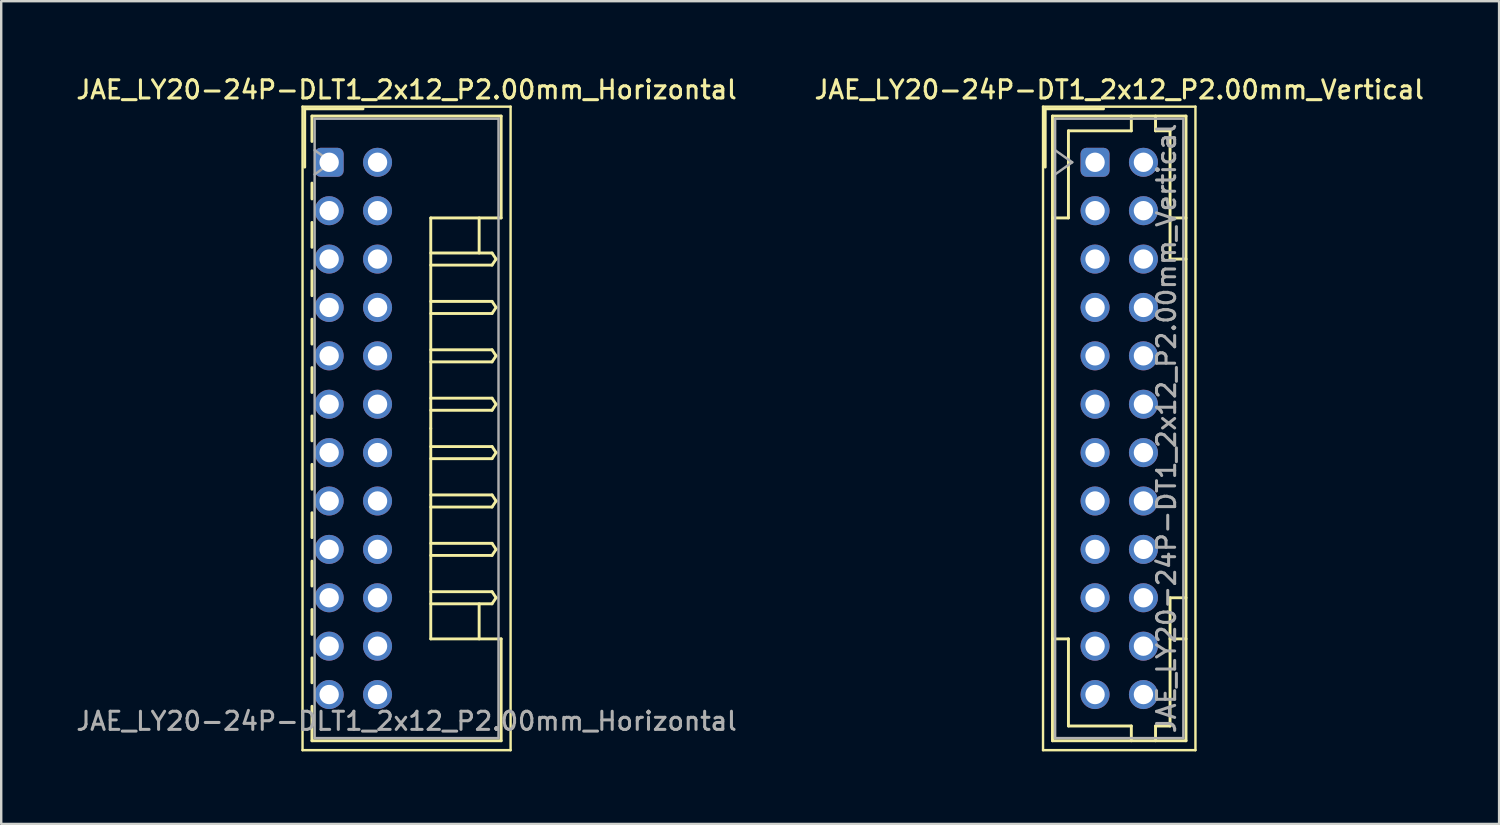
<source format=kicad_pcb>
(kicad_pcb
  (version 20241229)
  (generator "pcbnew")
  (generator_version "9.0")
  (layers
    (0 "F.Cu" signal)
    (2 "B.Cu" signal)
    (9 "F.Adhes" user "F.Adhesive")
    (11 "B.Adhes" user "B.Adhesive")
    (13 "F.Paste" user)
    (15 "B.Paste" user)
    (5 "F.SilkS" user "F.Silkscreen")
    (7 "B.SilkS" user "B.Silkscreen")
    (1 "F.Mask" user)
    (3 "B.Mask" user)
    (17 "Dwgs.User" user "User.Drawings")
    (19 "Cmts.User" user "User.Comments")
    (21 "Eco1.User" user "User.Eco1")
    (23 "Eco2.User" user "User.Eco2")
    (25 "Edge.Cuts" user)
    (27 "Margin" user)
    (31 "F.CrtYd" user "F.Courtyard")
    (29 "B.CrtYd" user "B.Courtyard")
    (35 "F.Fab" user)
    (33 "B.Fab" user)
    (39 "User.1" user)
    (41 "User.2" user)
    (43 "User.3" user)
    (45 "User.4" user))
  (footprint "JAE_LY20-24P-DLT1_2x12_P2.00mm_Horizontal"
    (layer "F.Cu")
    (at 10.555 3.658)
    (property "Reference" "JAE_LY20-24P-DLT1_2x12_P2.00mm_Horizontal" (at 3.2 -3 0) (layer "F.SilkS") (effects (font (size 0.75 0.75) (thickness 0.125))))
    (attr through_hole)
    (fp_line (start -1.1 -2.3) (end -1.1 24.3) (stroke (width 0.1) (type solid)) (layer "F.SilkS"))
    (fp_line (start -1.1 24.3) (end 7.5 24.3) (stroke (width 0.1) (type solid)) (layer "F.SilkS"))
    (fp_line (start -1.01 -2.21) (end -1.01 0.2) (stroke (width 0.12) (type solid)) (layer "F.SilkS"))
    (fp_line (start -0.71 -1.91) (end -0.71 -0.86) (stroke (width 0.12) (type solid)) (layer "F.SilkS"))
    (fp_line (start -0.71 -1.91) (end 7.11 -1.91) (stroke (width 0.12) (type solid)) (layer "F.SilkS"))
    (fp_line (start -0.71 0.86) (end -0.71 1.515) (stroke (width 0.12) (type solid)) (layer "F.SilkS"))
    (fp_line (start -0.71 2.485) (end -0.71 3.515) (stroke (width 0.12) (type solid)) (layer "F.SilkS"))
    (fp_line (start -0.71 4.485) (end -0.71 5.515) (stroke (width 0.12) (type solid)) (layer "F.SilkS"))
    (fp_line (start -0.71 6.485) (end -0.71 7.515) (stroke (width 0.12) (type solid)) (layer "F.SilkS"))
    (fp_line (start -0.71 8.485) (end -0.71 9.515) (stroke (width 0.12) (type solid)) (layer "F.SilkS"))
    (fp_line (start -0.71 10.485) (end -0.71 11.515) (stroke (width 0.12) (type solid)) (layer "F.SilkS"))
    (fp_line (start -0.71 12.485) (end -0.71 13.515) (stroke (width 0.12) (type solid)) (layer "F.SilkS"))
    (fp_line (start -0.71 14.485) (end -0.71 15.515) (stroke (width 0.12) (type solid)) (layer "F.SilkS"))
    (fp_line (start -0.71 16.485) (end -0.71 17.515) (stroke (width 0.12) (type solid)) (layer "F.SilkS"))
    (fp_line (start -0.71 18.485) (end -0.71 19.515) (stroke (width 0.12) (type solid)) (layer "F.SilkS"))
    (fp_line (start -0.71 20.485) (end -0.71 21.515) (stroke (width 0.12) (type solid)) (layer "F.SilkS"))
    (fp_line (start -0.71 22.485) (end -0.71 23.91) (stroke (width 0.12) (type solid)) (layer "F.SilkS"))
    (fp_line (start -0.71 23.91) (end 7.11 23.91) (stroke (width 0.12) (type solid)) (layer "F.SilkS"))
    (fp_line (start 1.4 -2.21) (end -1.01 -2.21) (stroke (width 0.12) (type solid)) (layer "F.SilkS"))
    (fp_line (start 4.2 2.3) (end 4.2 11) (stroke (width 0.12) (type solid)) (layer "F.SilkS"))
    (fp_line (start 4.2 3.75) (end 6.733 3.75) (stroke (width 0.12) (type solid)) (layer "F.SilkS"))
    (fp_line (start 4.2 5.75) (end 6.733 5.75) (stroke (width 0.12) (type solid)) (layer "F.SilkS"))
    (fp_line (start 4.2 7.75) (end 6.733 7.75) (stroke (width 0.12) (type solid)) (layer "F.SilkS"))
    (fp_line (start 4.2 9.75) (end 6.733 9.75) (stroke (width 0.12) (type solid)) (layer "F.SilkS"))
    (fp_line (start 4.2 11.75) (end 6.733 11.75) (stroke (width 0.12) (type solid)) (layer "F.SilkS"))
    (fp_line (start 4.2 13.75) (end 6.733 13.75) (stroke (width 0.12) (type solid)) (layer "F.SilkS"))
    (fp_line (start 4.2 15.75) (end 6.733 15.75) (stroke (width 0.12) (type solid)) (layer "F.SilkS"))
    (fp_line (start 4.2 17.75) (end 6.733 17.75) (stroke (width 0.12) (type solid)) (layer "F.SilkS"))
    (fp_line (start 4.2 19.7) (end 4.2 11) (stroke (width 0.12) (type solid)) (layer "F.SilkS"))
    (fp_line (start 6.2 2.3) (end 6.2 3.75) (stroke (width 0.12) (type solid)) (layer "F.SilkS"))
    (fp_line (start 6.2 19.7) (end 6.2 18.25) (stroke (width 0.12) (type solid)) (layer "F.SilkS"))
    (fp_line (start 6.733 3.75) (end 6.9 4) (stroke (width 0.12) (type solid)) (layer "F.SilkS"))
    (fp_line (start 6.733 4.25) (end 4.2 4.25) (stroke (width 0.12) (type solid)) (layer "F.SilkS"))
    (fp_line (start 6.733 5.75) (end 6.9 6) (stroke (width 0.12) (type solid)) (layer "F.SilkS"))
    (fp_line (start 6.733 6.25) (end 4.2 6.25) (stroke (width 0.12) (type solid)) (layer "F.SilkS"))
    (fp_line (start 6.733 7.75) (end 6.9 8) (stroke (width 0.12) (type solid)) (layer "F.SilkS"))
    (fp_line (start 6.733 8.25) (end 4.2 8.25) (stroke (width 0.12) (type solid)) (layer "F.SilkS"))
    (fp_line (start 6.733 9.75) (end 6.9 10) (stroke (width 0.12) (type solid)) (layer "F.SilkS"))
    (fp_line (start 6.733 10.25) (end 4.2 10.25) (stroke (width 0.12) (type solid)) (layer "F.SilkS"))
    (fp_line (start 6.733 11.75) (end 6.9 12) (stroke (width 0.12) (type solid)) (layer "F.SilkS"))
    (fp_line (start 6.733 12.25) (end 4.2 12.25) (stroke (width 0.12) (type solid)) (layer "F.SilkS"))
    (fp_line (start 6.733 13.75) (end 6.9 14) (stroke (width 0.12) (type solid)) (layer "F.SilkS"))
    (fp_line (start 6.733 14.25) (end 4.2 14.25) (stroke (width 0.12) (type solid)) (layer "F.SilkS"))
    (fp_line (start 6.733 15.75) (end 6.9 16) (stroke (width 0.12) (type solid)) (layer "F.SilkS"))
    (fp_line (start 6.733 16.25) (end 4.2 16.25) (stroke (width 0.12) (type solid)) (layer "F.SilkS"))
    (fp_line (start 6.733 17.75) (end 6.9 18) (stroke (width 0.12) (type solid)) (layer "F.SilkS"))
    (fp_line (start 6.733 18.25) (end 4.2 18.25) (stroke (width 0.12) (type solid)) (layer "F.SilkS"))
    (fp_line (start 6.9 4) (end 6.733 4.25) (stroke (width 0.12) (type solid)) (layer "F.SilkS"))
    (fp_line (start 6.9 6) (end 6.733 6.25) (stroke (width 0.12) (type solid)) (layer "F.SilkS"))
    (fp_line (start 6.9 8) (end 6.733 8.25) (stroke (width 0.12) (type solid)) (layer "F.SilkS"))
    (fp_line (start 6.9 10) (end 6.733 10.25) (stroke (width 0.12) (type solid)) (layer "F.SilkS"))
    (fp_line (start 6.9 12) (end 6.733 12.25) (stroke (width 0.12) (type solid)) (layer "F.SilkS"))
    (fp_line (start 6.9 14) (end 6.733 14.25) (stroke (width 0.12) (type solid)) (layer "F.SilkS"))
    (fp_line (start 6.9 16) (end 6.733 16.25) (stroke (width 0.12) (type solid)) (layer "F.SilkS"))
    (fp_line (start 6.9 18) (end 6.733 18.25) (stroke (width 0.12) (type solid)) (layer "F.SilkS"))
    (fp_line (start 7.11 -1.91) (end 7.11 2.3) (stroke (width 0.12) (type solid)) (layer "F.SilkS"))
    (fp_line (start 7.11 2.3) (end 4.2 2.3) (stroke (width 0.12) (type solid)) (layer "F.SilkS"))
    (fp_line (start 7.11 19.7) (end 4.2 19.7) (stroke (width 0.12) (type solid)) (layer "F.SilkS"))
    (fp_line (start 7.11 23.91) (end 7.11 19.7) (stroke (width 0.12) (type solid)) (layer "F.SilkS"))
    (fp_line (start 7.5 -2.3) (end -1.1 -2.3) (stroke (width 0.1) (type solid)) (layer "F.SilkS"))
    (fp_line (start 7.5 24.3) (end 7.5 -2.3) (stroke (width 0.1) (type solid)) (layer "F.SilkS"))
    (fp_line (start -0.6 -1.8) (end -0.6 23.8) (stroke (width 0.1) (type solid)) (layer "F.Fab"))
    (fp_line (start -0.6 0.5) (end 0.107 0) (stroke (width 0.1) (type solid)) (layer "F.Fab"))
    (fp_line (start -0.6 23.8) (end 7 23.8) (stroke (width 0.1) (type solid)) (layer "F.Fab"))
    (fp_line (start 0.107 0) (end -0.6 -0.5) (stroke (width 0.1) (type solid)) (layer "F.Fab"))
    (fp_line (start 7 -1.8) (end -0.6 -1.8) (stroke (width 0.1) (type solid)) (layer "F.Fab"))
    (fp_line (start 7 23.8) (end 7 -1.8) (stroke (width 0.1) (type solid)) (layer "F.Fab"))
    (fp_text user "${REFERENCE}" (at 3.2 23.1 0) (layer "F.Fab") (effects (font (size 0.75 0.75) (thickness 0.125))))
    (pad "a1" thru_hole roundrect (at 0 0) (size 1.2 1.2) (drill 0.8) (layers "*.Cu" "*.Mask") (roundrect_rratio 0.208))
    (pad "a2" thru_hole circle (at 0 2) (size 1.2 1.2) (drill 0.8) (layers "*.Cu" "*.Mask"))
    (pad "a3" thru_hole circle (at 0 4) (size 1.2 1.2) (drill 0.8) (layers "*.Cu" "*.Mask"))
    (pad "a4" thru_hole circle (at 0 6) (size 1.2 1.2) (drill 0.8) (layers "*.Cu" "*.Mask"))
    (pad "a5" thru_hole circle (at 0 8) (size 1.2 1.2) (drill 0.8) (layers "*.Cu" "*.Mask"))
    (pad "a6" thru_hole circle (at 0 10) (size 1.2 1.2) (drill 0.8) (layers "*.Cu" "*.Mask"))
    (pad "a7" thru_hole circle (at 0 12) (size 1.2 1.2) (drill 0.8) (layers "*.Cu" "*.Mask"))
    (pad "a8" thru_hole circle (at 0 14) (size 1.2 1.2) (drill 0.8) (layers "*.Cu" "*.Mask"))
    (pad "a9" thru_hole circle (at 0 16) (size 1.2 1.2) (drill 0.8) (layers "*.Cu" "*.Mask"))
    (pad "a10" thru_hole circle (at 0 18) (size 1.2 1.2) (drill 0.8) (layers "*.Cu" "*.Mask"))
    (pad "a11" thru_hole circle (at 0 20) (size 1.2 1.2) (drill 0.8) (layers "*.Cu" "*.Mask"))
    (pad "a12" thru_hole circle (at 0 22) (size 1.2 1.2) (drill 0.8) (layers "*.Cu" "*.Mask"))
    (pad "b1" thru_hole circle (at 2 0) (size 1.2 1.2) (drill 0.8) (layers "*.Cu" "*.Mask"))
    (pad "b2" thru_hole circle (at 2 2) (size 1.2 1.2) (drill 0.8) (layers "*.Cu" "*.Mask"))
    (pad "b3" thru_hole circle (at 2 4) (size 1.2 1.2) (drill 0.8) (layers "*.Cu" "*.Mask"))
    (pad "b4" thru_hole circle (at 2 6) (size 1.2 1.2) (drill 0.8) (layers "*.Cu" "*.Mask"))
    (pad "b5" thru_hole circle (at 2 8) (size 1.2 1.2) (drill 0.8) (layers "*.Cu" "*.Mask"))
    (pad "b6" thru_hole circle (at 2 10) (size 1.2 1.2) (drill 0.8) (layers "*.Cu" "*.Mask"))
    (pad "b7" thru_hole circle (at 2 12) (size 1.2 1.2) (drill 0.8) (layers "*.Cu" "*.Mask"))
    (pad "b8" thru_hole circle (at 2 14) (size 1.2 1.2) (drill 0.8) (layers "*.Cu" "*.Mask"))
    (pad "b9" thru_hole circle (at 2 16) (size 1.2 1.2) (drill 0.8) (layers "*.Cu" "*.Mask"))
    (pad "b10" thru_hole circle (at 2 18) (size 1.2 1.2) (drill 0.8) (layers "*.Cu" "*.Mask"))
    (pad "b11" thru_hole circle (at 2 20) (size 1.2 1.2) (drill 0.8) (layers "*.Cu" "*.Mask"))
    (pad "b12" thru_hole circle (at 2 22) (size 1.2 1.2) (drill 0.8) (layers "*.Cu" "*.Mask")))
  (footprint "JAE_LY20-24P-DT1_2x12_P2.00mm_Vertical"
    (layer "F.Cu")
    (at 42.213 3.658)
    (property "Reference" "JAE_LY20-24P-DT1_2x12_P2.00mm_Vertical" (at 1 -3 0) (layer "F.SilkS") (effects (font (size 0.75 0.75) (thickness 0.125))))
    (attr through_hole)
    (fp_line (start -2.15 -2.3) (end -2.15 24.3) (stroke (width 0.1) (type solid)) (layer "F.SilkS"))
    (fp_line (start -2.15 24.3) (end 4.15 24.3) (stroke (width 0.1) (type solid)) (layer "F.SilkS"))
    (fp_line (start -2.06 -2.21) (end -2.06 0.2) (stroke (width 0.12) (type solid)) (layer "F.SilkS"))
    (fp_line (start -1.76 -1.91) (end -1.76 23.91) (stroke (width 0.12) (type solid)) (layer "F.SilkS"))
    (fp_line (start -1.76 23.91) (end 3.76 23.91) (stroke (width 0.12) (type solid)) (layer "F.SilkS"))
    (fp_line (start -1.1 -1.3) (end -1.1 2.3) (stroke (width 0.12) (type solid)) (layer "F.SilkS"))
    (fp_line (start -1.1 2.3) (end -1.76 2.3) (stroke (width 0.12) (type solid)) (layer "F.SilkS"))
    (fp_line (start -1.1 19.7) (end -1.76 19.7) (stroke (width 0.12) (type solid)) (layer "F.SilkS"))
    (fp_line (start -1.1 23.3) (end -1.1 19.7) (stroke (width 0.12) (type solid)) (layer "F.SilkS"))
    (fp_line (start 0.35 -2.21) (end -2.06 -2.21) (stroke (width 0.12) (type solid)) (layer "F.SilkS"))
    (fp_line (start 1.5 -1.91) (end 1.5 -1.3) (stroke (width 0.12) (type solid)) (layer "F.SilkS"))
    (fp_line (start 1.5 -1.3) (end -1.1 -1.3) (stroke (width 0.12) (type solid)) (layer "F.SilkS"))
    (fp_line (start 1.5 23.3) (end -1.1 23.3) (stroke (width 0.12) (type solid)) (layer "F.SilkS"))
    (fp_line (start 1.5 23.91) (end 1.5 23.3) (stroke (width 0.12) (type solid)) (layer "F.SilkS"))
    (fp_line (start 2.5 -1.91) (end 2.5 -1.3) (stroke (width 0.12) (type solid)) (layer "F.SilkS"))
    (fp_line (start 2.5 -1.3) (end 3.1 -1.3) (stroke (width 0.12) (type solid)) (layer "F.SilkS"))
    (fp_line (start 2.5 23.3) (end 3.1 23.3) (stroke (width 0.12) (type solid)) (layer "F.SilkS"))
    (fp_line (start 2.5 23.91) (end 2.5 23.3) (stroke (width 0.12) (type solid)) (layer "F.SilkS"))
    (fp_line (start 3.1 -1.3) (end 3.1 4) (stroke (width 0.12) (type solid)) (layer "F.SilkS"))
    (fp_line (start 3.1 4) (end 3.76 4) (stroke (width 0.12) (type solid)) (layer "F.SilkS"))
    (fp_line (start 3.1 18) (end 3.76 18) (stroke (width 0.12) (type solid)) (layer "F.SilkS"))
    (fp_line (start 3.1 23.3) (end 3.1 18) (stroke (width 0.12) (type solid)) (layer "F.SilkS"))
    (fp_line (start 3.76 -1.91) (end -1.76 -1.91) (stroke (width 0.12) (type solid)) (layer "F.SilkS"))
    (fp_line (start 3.76 2.3) (end 3.1 2.3) (stroke (width 0.12) (type solid)) (layer "F.SilkS"))
    (fp_line (start 3.76 19.7) (end 3.1 19.7) (stroke (width 0.12) (type solid)) (layer "F.SilkS"))
    (fp_line (start 3.76 23.91) (end 3.76 -1.91) (stroke (width 0.12) (type solid)) (layer "F.SilkS"))
    (fp_line (start 4.15 -2.3) (end -2.15 -2.3) (stroke (width 0.1) (type solid)) (layer "F.SilkS"))
    (fp_line (start 4.15 24.3) (end 4.15 -2.3) (stroke (width 0.1) (type solid)) (layer "F.SilkS"))
    (fp_line (start -1.65 -1.8) (end -1.65 23.8) (stroke (width 0.1) (type solid)) (layer "F.Fab"))
    (fp_line (start -1.65 0.5) (end -0.943 0) (stroke (width 0.1) (type solid)) (layer "F.Fab"))
    (fp_line (start -1.65 23.8) (end 3.65 23.8) (stroke (width 0.1) (type solid)) (layer "F.Fab"))
    (fp_line (start -0.943 0) (end -1.65 -0.5) (stroke (width 0.1) (type solid)) (layer "F.Fab"))
    (fp_line (start 3.65 -1.8) (end -1.65 -1.8) (stroke (width 0.1) (type solid)) (layer "F.Fab"))
    (fp_line (start 3.65 23.8) (end 3.65 -1.8) (stroke (width 0.1) (type solid)) (layer "F.Fab"))
    (fp_text user "${REFERENCE}" (at 2.95 11 90) (layer "F.Fab") (effects (font (size 0.75 0.75) (thickness 0.125))))
    (pad "a1" thru_hole roundrect (at 0 0) (size 1.2 1.2) (drill 0.8) (layers "*.Cu" "*.Mask") (roundrect_rratio 0.208))
    (pad "a2" thru_hole circle (at 0 2) (size 1.2 1.2) (drill 0.8) (layers "*.Cu" "*.Mask"))
    (pad "a3" thru_hole circle (at 0 4) (size 1.2 1.2) (drill 0.8) (layers "*.Cu" "*.Mask"))
    (pad "a4" thru_hole circle (at 0 6) (size 1.2 1.2) (drill 0.8) (layers "*.Cu" "*.Mask"))
    (pad "a5" thru_hole circle (at 0 8) (size 1.2 1.2) (drill 0.8) (layers "*.Cu" "*.Mask"))
    (pad "a6" thru_hole circle (at 0 10) (size 1.2 1.2) (drill 0.8) (layers "*.Cu" "*.Mask"))
    (pad "a7" thru_hole circle (at 0 12) (size 1.2 1.2) (drill 0.8) (layers "*.Cu" "*.Mask"))
    (pad "a8" thru_hole circle (at 0 14) (size 1.2 1.2) (drill 0.8) (layers "*.Cu" "*.Mask"))
    (pad "a9" thru_hole circle (at 0 16) (size 1.2 1.2) (drill 0.8) (layers "*.Cu" "*.Mask"))
    (pad "a10" thru_hole circle (at 0 18) (size 1.2 1.2) (drill 0.8) (layers "*.Cu" "*.Mask"))
    (pad "a11" thru_hole circle (at 0 20) (size 1.2 1.2) (drill 0.8) (layers "*.Cu" "*.Mask"))
    (pad "a12" thru_hole circle (at 0 22) (size 1.2 1.2) (drill 0.8) (layers "*.Cu" "*.Mask"))
    (pad "b1" thru_hole circle (at 2 0) (size 1.2 1.2) (drill 0.8) (layers "*.Cu" "*.Mask"))
    (pad "b2" thru_hole circle (at 2 2) (size 1.2 1.2) (drill 0.8) (layers "*.Cu" "*.Mask"))
    (pad "b3" thru_hole circle (at 2 4) (size 1.2 1.2) (drill 0.8) (layers "*.Cu" "*.Mask"))
    (pad "b4" thru_hole circle (at 2 6) (size 1.2 1.2) (drill 0.8) (layers "*.Cu" "*.Mask"))
    (pad "b5" thru_hole circle (at 2 8) (size 1.2 1.2) (drill 0.8) (layers "*.Cu" "*.Mask"))
    (pad "b6" thru_hole circle (at 2 10) (size 1.2 1.2) (drill 0.8) (layers "*.Cu" "*.Mask"))
    (pad "b7" thru_hole circle (at 2 12) (size 1.2 1.2) (drill 0.8) (layers "*.Cu" "*.Mask"))
    (pad "b8" thru_hole circle (at 2 14) (size 1.2 1.2) (drill 0.8) (layers "*.Cu" "*.Mask"))
    (pad "b9" thru_hole circle (at 2 16) (size 1.2 1.2) (drill 0.8) (layers "*.Cu" "*.Mask"))
    (pad "b10" thru_hole circle (at 2 18) (size 1.2 1.2) (drill 0.8) (layers "*.Cu" "*.Mask"))
    (pad "b11" thru_hole circle (at 2 20) (size 1.2 1.2) (drill 0.8) (layers "*.Cu" "*.Mask"))
    (pad "b12" thru_hole circle (at 2 22) (size 1.2 1.2) (drill 0.8) (layers "*.Cu" "*.Mask")))
  (gr_rect
    (start -3 -3)
    (end 58.914 31.008)
    (stroke (width 0.1) (type default))
    (fill no)
    (layer "Edge.Cuts")))
</source>
